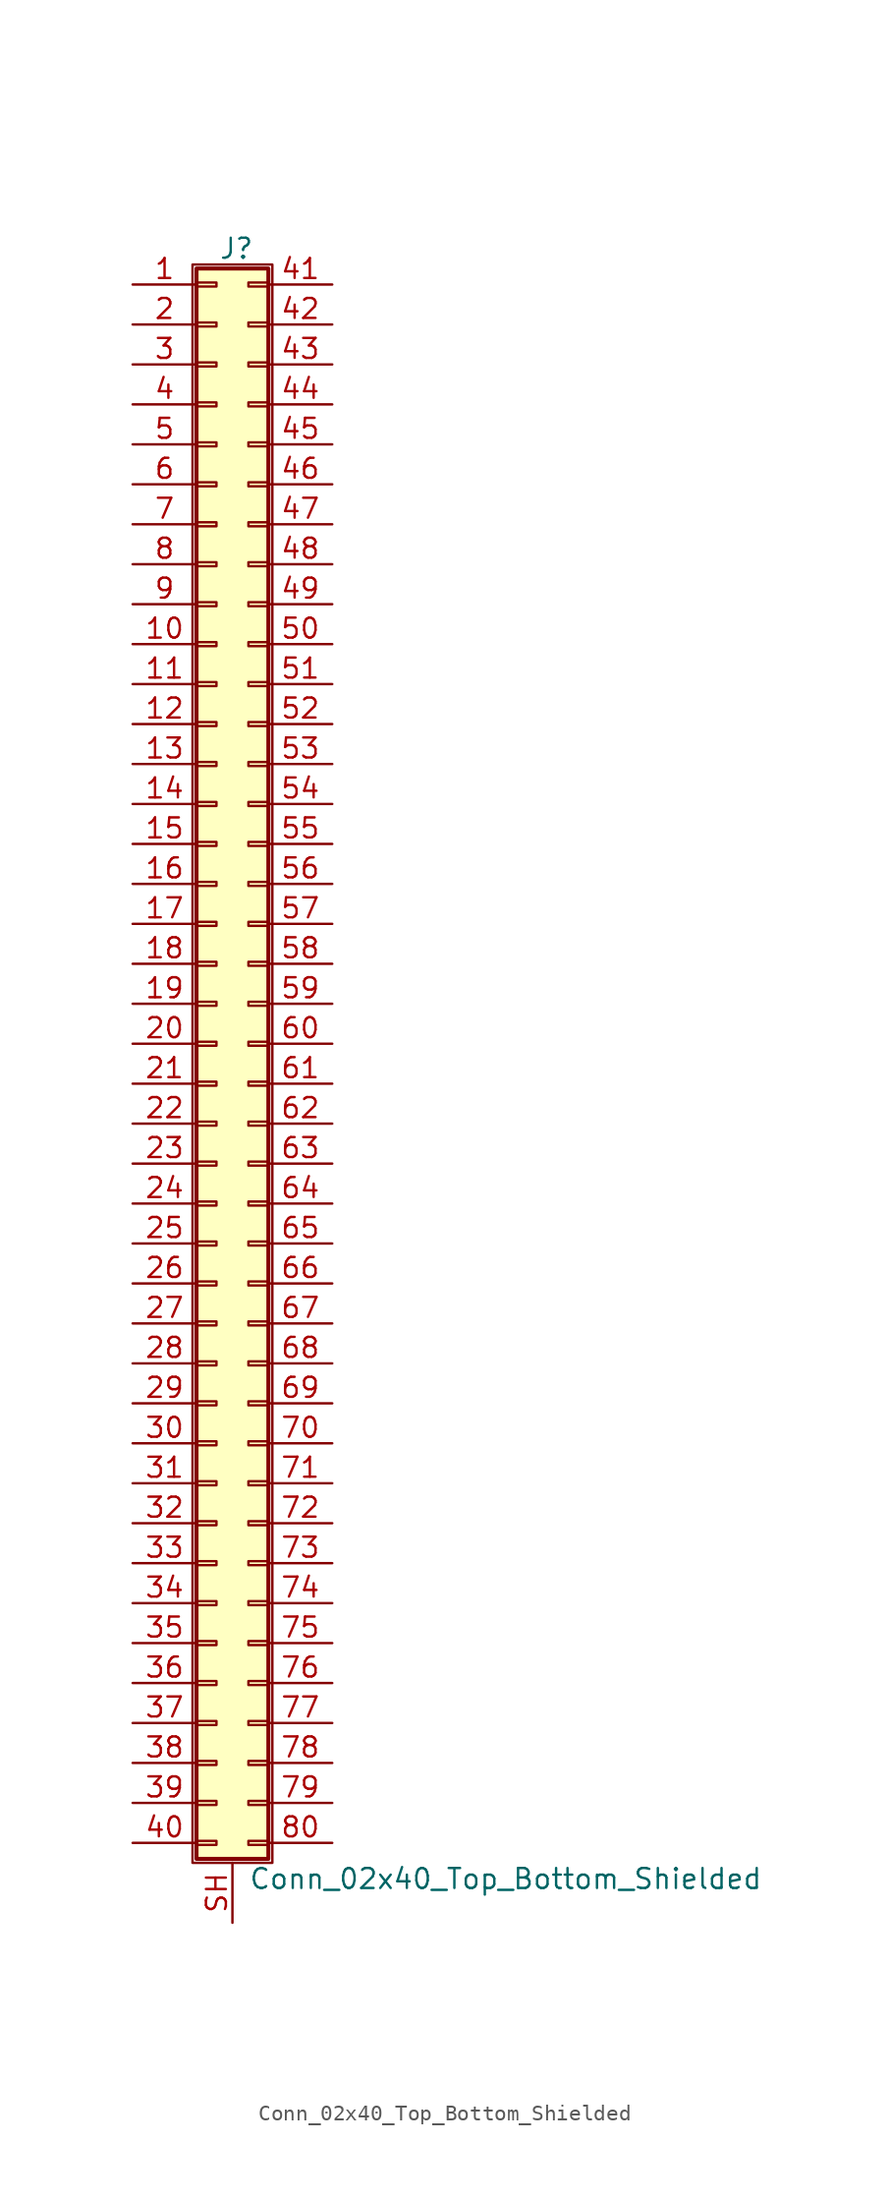
<source format=kicad_sym>
(kicad_symbol_lib
  (version 20201005)
  (generator kicad_symbol_editor)
  (symbol "Conn_02x40_Top_Bottom_Shielded"
    (pin_names
      (offset 1.016) hide)
    (property "Reference" "J"
      (at 1.524 50.546 0)
      (effects (font (size 1.27 1.27))))
    (property "Value" "Conn_02x40_Top_Bottom_Shielded"
      (at 2.286 -53.086 0)
      (effects (font (size 1.27 1.27)) (justify left)))
    (symbol "Conn_02x40_Top_Bottom_Shielded_1_1"
      (rectangle (start -1.27 49.53) (end 3.81 -52.07) (stroke (width 0.152)) (fill (type none)))
      (rectangle (start -1.016 -50.673) (end 0.254 -50.927) (stroke (width 0.152)) (fill (type none)))
      (rectangle (start -1.016 -48.133) (end 0.254 -48.387) (stroke (width 0.152)) (fill (type none)))
      (rectangle (start -1.016 -45.593) (end 0.254 -45.847) (stroke (width 0.152)) (fill (type none)))
      (rectangle (start -1.016 -43.053) (end 0.254 -43.307) (stroke (width 0.152)) (fill (type none)))
      (rectangle (start -1.016 -40.513) (end 0.254 -40.767) (stroke (width 0.152)) (fill (type none)))
      (rectangle (start -1.016 -37.973) (end 0.254 -38.227) (stroke (width 0.152)) (fill (type none)))
      (rectangle (start -1.016 -35.433) (end 0.254 -35.687) (stroke (width 0.152)) (fill (type none)))
      (rectangle (start -1.016 -32.893) (end 0.254 -33.147) (stroke (width 0.152)) (fill (type none)))
      (rectangle (start -1.016 -30.353) (end 0.254 -30.607) (stroke (width 0.152)) (fill (type none)))
      (rectangle (start -1.016 -27.813) (end 0.254 -28.067) (stroke (width 0.152)) (fill (type none)))
      (rectangle (start -1.016 -25.273) (end 0.254 -25.527) (stroke (width 0.152)) (fill (type none)))
      (rectangle (start -1.016 -22.733) (end 0.254 -22.987) (stroke (width 0.152)) (fill (type none)))
      (rectangle (start -1.016 -20.193) (end 0.254 -20.447) (stroke (width 0.152)) (fill (type none)))
      (rectangle (start -1.016 -17.653) (end 0.254 -17.907) (stroke (width 0.152)) (fill (type none)))
      (rectangle (start -1.016 -15.113) (end 0.254 -15.367) (stroke (width 0.152)) (fill (type none)))
      (rectangle (start -1.016 -12.573) (end 0.254 -12.827) (stroke (width 0.152)) (fill (type none)))
      (rectangle (start -1.016 -10.033) (end 0.254 -10.287) (stroke (width 0.152)) (fill (type none)))
      (rectangle (start -1.016 -7.493) (end 0.254 -7.747) (stroke (width 0.152)) (fill (type none)))
      (rectangle (start -1.016 -4.953) (end 0.254 -5.207) (stroke (width 0.152)) (fill (type none)))
      (rectangle (start -1.016 -2.413) (end 0.254 -2.667) (stroke (width 0.152)) (fill (type none)))
      (rectangle (start -1.016 0.127) (end 0.254 -0.127) (stroke (width 0.152)) (fill (type none)))
      (rectangle (start -1.016 2.667) (end 0.254 2.413) (stroke (width 0.152)) (fill (type none)))
      (rectangle (start -1.016 5.207) (end 0.254 4.953) (stroke (width 0.152)) (fill (type none)))
      (rectangle (start -1.016 7.747) (end 0.254 7.493) (stroke (width 0.152)) (fill (type none)))
      (rectangle (start -1.016 10.287) (end 0.254 10.033) (stroke (width 0.152)) (fill (type none)))
      (rectangle (start -1.016 12.827) (end 0.254 12.573) (stroke (width 0.152)) (fill (type none)))
      (rectangle (start -1.016 15.367) (end 0.254 15.113) (stroke (width 0.152)) (fill (type none)))
      (rectangle (start -1.016 17.907) (end 0.254 17.653) (stroke (width 0.152)) (fill (type none)))
      (rectangle (start -1.016 20.447) (end 0.254 20.193) (stroke (width 0.152)) (fill (type none)))
      (rectangle (start -1.016 22.987) (end 0.254 22.733) (stroke (width 0.152)) (fill (type none)))
      (rectangle (start -1.016 25.527) (end 0.254 25.273) (stroke (width 0.152)) (fill (type none)))
      (rectangle (start -1.016 28.067) (end 0.254 27.813) (stroke (width 0.152)) (fill (type none)))
      (rectangle (start -1.016 30.607) (end 0.254 30.353) (stroke (width 0.152)) (fill (type none)))
      (rectangle (start -1.016 33.147) (end 0.254 32.893) (stroke (width 0.152)) (fill (type none)))
      (rectangle (start -1.016 35.687) (end 0.254 35.433) (stroke (width 0.152)) (fill (type none)))
      (rectangle (start -1.016 38.227) (end 0.254 37.973) (stroke (width 0.152)) (fill (type none)))
      (rectangle (start -1.016 40.767) (end 0.254 40.513) (stroke (width 0.152)) (fill (type none)))
      (rectangle (start -1.016 43.307) (end 0.254 43.053) (stroke (width 0.152)) (fill (type none)))
      (rectangle (start -1.016 45.847) (end 0.254 45.593) (stroke (width 0.152)) (fill (type none)))
      (rectangle (start -1.016 48.387) (end 0.254 48.133) (stroke (width 0.152)) (fill (type none)))
      (rectangle (start -1.016 49.276) (end 3.556 -51.816) (stroke (width 0.254)) (fill (type background)))
      (rectangle (start 3.556 -50.673) (end 2.286 -50.927) (stroke (width 0.152)) (fill (type none)))
      (rectangle (start 3.556 -48.133) (end 2.286 -48.387) (stroke (width 0.152)) (fill (type none)))
      (rectangle (start 3.556 -45.593) (end 2.286 -45.847) (stroke (width 0.152)) (fill (type none)))
      (rectangle (start 3.556 -43.053) (end 2.286 -43.307) (stroke (width 0.152)) (fill (type none)))
      (rectangle (start 3.556 -40.513) (end 2.286 -40.767) (stroke (width 0.152)) (fill (type none)))
      (rectangle (start 3.556 -37.973) (end 2.286 -38.227) (stroke (width 0.152)) (fill (type none)))
      (rectangle (start 3.556 -35.433) (end 2.286 -35.687) (stroke (width 0.152)) (fill (type none)))
      (rectangle (start 3.556 -32.893) (end 2.286 -33.147) (stroke (width 0.152)) (fill (type none)))
      (rectangle (start 3.556 -30.353) (end 2.286 -30.607) (stroke (width 0.152)) (fill (type none)))
      (rectangle (start 3.556 -27.813) (end 2.286 -28.067) (stroke (width 0.152)) (fill (type none)))
      (rectangle (start 3.556 -25.273) (end 2.286 -25.527) (stroke (width 0.152)) (fill (type none)))
      (rectangle (start 3.556 -22.733) (end 2.286 -22.987) (stroke (width 0.152)) (fill (type none)))
      (rectangle (start 3.556 -20.193) (end 2.286 -20.447) (stroke (width 0.152)) (fill (type none)))
      (rectangle (start 3.556 -17.653) (end 2.286 -17.907) (stroke (width 0.152)) (fill (type none)))
      (rectangle (start 3.556 -15.113) (end 2.286 -15.367) (stroke (width 0.152)) (fill (type none)))
      (rectangle (start 3.556 -12.573) (end 2.286 -12.827) (stroke (width 0.152)) (fill (type none)))
      (rectangle (start 3.556 -10.033) (end 2.286 -10.287) (stroke (width 0.152)) (fill (type none)))
      (rectangle (start 3.556 -7.493) (end 2.286 -7.747) (stroke (width 0.152)) (fill (type none)))
      (rectangle (start 3.556 -4.953) (end 2.286 -5.207) (stroke (width 0.152)) (fill (type none)))
      (rectangle (start 3.556 -2.413) (end 2.286 -2.667) (stroke (width 0.152)) (fill (type none)))
      (rectangle (start 3.556 0.127) (end 2.286 -0.127) (stroke (width 0.152)) (fill (type none)))
      (rectangle (start 3.556 2.667) (end 2.286 2.413) (stroke (width 0.152)) (fill (type none)))
      (rectangle (start 3.556 5.207) (end 2.286 4.953) (stroke (width 0.152)) (fill (type none)))
      (rectangle (start 3.556 7.747) (end 2.286 7.493) (stroke (width 0.152)) (fill (type none)))
      (rectangle (start 3.556 10.287) (end 2.286 10.033) (stroke (width 0.152)) (fill (type none)))
      (rectangle (start 3.556 12.827) (end 2.286 12.573) (stroke (width 0.152)) (fill (type none)))
      (rectangle (start 3.556 15.367) (end 2.286 15.113) (stroke (width 0.152)) (fill (type none)))
      (rectangle (start 3.556 17.907) (end 2.286 17.653) (stroke (width 0.152)) (fill (type none)))
      (rectangle (start 3.556 20.447) (end 2.286 20.193) (stroke (width 0.152)) (fill (type none)))
      (rectangle (start 3.556 22.987) (end 2.286 22.733) (stroke (width 0.152)) (fill (type none)))
      (rectangle (start 3.556 25.527) (end 2.286 25.273) (stroke (width 0.152)) (fill (type none)))
      (rectangle (start 3.556 28.067) (end 2.286 27.813) (stroke (width 0.152)) (fill (type none)))
      (rectangle (start 3.556 30.607) (end 2.286 30.353) (stroke (width 0.152)) (fill (type none)))
      (rectangle (start 3.556 33.147) (end 2.286 32.893) (stroke (width 0.152)) (fill (type none)))
      (rectangle (start 3.556 35.687) (end 2.286 35.433) (stroke (width 0.152)) (fill (type none)))
      (rectangle (start 3.556 38.227) (end 2.286 37.973) (stroke (width 0.152)) (fill (type none)))
      (rectangle (start 3.556 40.767) (end 2.286 40.513) (stroke (width 0.152)) (fill (type none)))
      (rectangle (start 3.556 43.307) (end 2.286 43.053) (stroke (width 0.152)) (fill (type none)))
      (rectangle (start 3.556 45.847) (end 2.286 45.593) (stroke (width 0.152)) (fill (type none)))
      (rectangle (start 3.556 48.387) (end 2.286 48.133) (stroke (width 0.152)) (fill (type none)))
      (pin passive line (at -5.08 48.26 0) (length 4.064) (name "Pin_1" (effects (font (size 1.27 1.27)))) (number "1" (effects (font (size 1.27 1.27)))))
      (pin passive line (at -5.08 25.4 0) (length 4.064) (name "Pin_10" (effects (font (size 1.27 1.27)))) (number "10" (effects (font (size 1.27 1.27)))))
      (pin passive line (at -5.08 22.86 0) (length 4.064) (name "Pin_11" (effects (font (size 1.27 1.27)))) (number "11" (effects (font (size 1.27 1.27)))))
      (pin passive line (at -5.08 20.32 0) (length 4.064) (name "Pin_12" (effects (font (size 1.27 1.27)))) (number "12" (effects (font (size 1.27 1.27)))))
      (pin passive line (at -5.08 17.78 0) (length 4.064) (name "Pin_13" (effects (font (size 1.27 1.27)))) (number "13" (effects (font (size 1.27 1.27)))))
      (pin passive line (at -5.08 15.24 0) (length 4.064) (name "Pin_14" (effects (font (size 1.27 1.27)))) (number "14" (effects (font (size 1.27 1.27)))))
      (pin passive line (at -5.08 12.7 0) (length 4.064) (name "Pin_15" (effects (font (size 1.27 1.27)))) (number "15" (effects (font (size 1.27 1.27)))))
      (pin passive line (at -5.08 10.16 0) (length 4.064) (name "Pin_16" (effects (font (size 1.27 1.27)))) (number "16" (effects (font (size 1.27 1.27)))))
      (pin passive line (at -5.08 7.62 0) (length 4.064) (name "Pin_17" (effects (font (size 1.27 1.27)))) (number "17" (effects (font (size 1.27 1.27)))))
      (pin passive line (at -5.08 5.08 0) (length 4.064) (name "Pin_18" (effects (font (size 1.27 1.27)))) (number "18" (effects (font (size 1.27 1.27)))))
      (pin passive line (at -5.08 2.54 0) (length 4.064) (name "Pin_19" (effects (font (size 1.27 1.27)))) (number "19" (effects (font (size 1.27 1.27)))))
      (pin passive line (at -5.08 45.72 0) (length 4.064) (name "Pin_2" (effects (font (size 1.27 1.27)))) (number "2" (effects (font (size 1.27 1.27)))))
      (pin passive line (at -5.08 0 0) (length 4.064) (name "Pin_20" (effects (font (size 1.27 1.27)))) (number "20" (effects (font (size 1.27 1.27)))))
      (pin passive line (at -5.08 -2.54 0) (length 4.064) (name "Pin_21" (effects (font (size 1.27 1.27)))) (number "21" (effects (font (size 1.27 1.27)))))
      (pin passive line (at -5.08 -5.08 0) (length 4.064) (name "Pin_22" (effects (font (size 1.27 1.27)))) (number "22" (effects (font (size 1.27 1.27)))))
      (pin passive line (at -5.08 -7.62 0) (length 4.064) (name "Pin_23" (effects (font (size 1.27 1.27)))) (number "23" (effects (font (size 1.27 1.27)))))
      (pin passive line (at -5.08 -10.16 0) (length 4.064) (name "Pin_24" (effects (font (size 1.27 1.27)))) (number "24" (effects (font (size 1.27 1.27)))))
      (pin passive line (at -5.08 -12.7 0) (length 4.064) (name "Pin_25" (effects (font (size 1.27 1.27)))) (number "25" (effects (font (size 1.27 1.27)))))
      (pin passive line (at -5.08 -15.24 0) (length 4.064) (name "Pin_26" (effects (font (size 1.27 1.27)))) (number "26" (effects (font (size 1.27 1.27)))))
      (pin passive line (at -5.08 -17.78 0) (length 4.064) (name "Pin_27" (effects (font (size 1.27 1.27)))) (number "27" (effects (font (size 1.27 1.27)))))
      (pin passive line (at -5.08 -20.32 0) (length 4.064) (name "Pin_28" (effects (font (size 1.27 1.27)))) (number "28" (effects (font (size 1.27 1.27)))))
      (pin passive line (at -5.08 -22.86 0) (length 4.064) (name "Pin_29" (effects (font (size 1.27 1.27)))) (number "29" (effects (font (size 1.27 1.27)))))
      (pin passive line (at -5.08 43.18 0) (length 4.064) (name "Pin_3" (effects (font (size 1.27 1.27)))) (number "3" (effects (font (size 1.27 1.27)))))
      (pin passive line (at -5.08 -25.4 0) (length 4.064) (name "Pin_30" (effects (font (size 1.27 1.27)))) (number "30" (effects (font (size 1.27 1.27)))))
      (pin passive line (at -5.08 -27.94 0) (length 4.064) (name "Pin_31" (effects (font (size 1.27 1.27)))) (number "31" (effects (font (size 1.27 1.27)))))
      (pin passive line (at -5.08 -30.48 0) (length 4.064) (name "Pin_32" (effects (font (size 1.27 1.27)))) (number "32" (effects (font (size 1.27 1.27)))))
      (pin passive line (at -5.08 -33.02 0) (length 4.064) (name "Pin_33" (effects (font (size 1.27 1.27)))) (number "33" (effects (font (size 1.27 1.27)))))
      (pin passive line (at -5.08 -35.56 0) (length 4.064) (name "Pin_34" (effects (font (size 1.27 1.27)))) (number "34" (effects (font (size 1.27 1.27)))))
      (pin passive line (at -5.08 -38.1 0) (length 4.064) (name "Pin_35" (effects (font (size 1.27 1.27)))) (number "35" (effects (font (size 1.27 1.27)))))
      (pin passive line (at -5.08 -40.64 0) (length 4.064) (name "Pin_36" (effects (font (size 1.27 1.27)))) (number "36" (effects (font (size 1.27 1.27)))))
      (pin passive line (at -5.08 -43.18 0) (length 4.064) (name "Pin_37" (effects (font (size 1.27 1.27)))) (number "37" (effects (font (size 1.27 1.27)))))
      (pin passive line (at -5.08 -45.72 0) (length 4.064) (name "Pin_38" (effects (font (size 1.27 1.27)))) (number "38" (effects (font (size 1.27 1.27)))))
      (pin passive line (at -5.08 -48.26 0) (length 4.064) (name "Pin_39" (effects (font (size 1.27 1.27)))) (number "39" (effects (font (size 1.27 1.27)))))
      (pin passive line (at -5.08 40.64 0) (length 4.064) (name "Pin_4" (effects (font (size 1.27 1.27)))) (number "4" (effects (font (size 1.27 1.27)))))
      (pin passive line (at -5.08 -50.8 0) (length 4.064) (name "Pin_40" (effects (font (size 1.27 1.27)))) (number "40" (effects (font (size 1.27 1.27)))))
      (pin passive line (at 7.62 48.26 180) (length 4.064) (name "Pin_41" (effects (font (size 1.27 1.27)))) (number "41" (effects (font (size 1.27 1.27)))))
      (pin passive line (at 7.62 45.72 180) (length 4.064) (name "Pin_42" (effects (font (size 1.27 1.27)))) (number "42" (effects (font (size 1.27 1.27)))))
      (pin passive line (at 7.62 43.18 180) (length 4.064) (name "Pin_43" (effects (font (size 1.27 1.27)))) (number "43" (effects (font (size 1.27 1.27)))))
      (pin passive line (at 7.62 40.64 180) (length 4.064) (name "Pin_44" (effects (font (size 1.27 1.27)))) (number "44" (effects (font (size 1.27 1.27)))))
      (pin passive line (at 7.62 38.1 180) (length 4.064) (name "Pin_45" (effects (font (size 1.27 1.27)))) (number "45" (effects (font (size 1.27 1.27)))))
      (pin passive line (at 7.62 35.56 180) (length 4.064) (name "Pin_46" (effects (font (size 1.27 1.27)))) (number "46" (effects (font (size 1.27 1.27)))))
      (pin passive line (at 7.62 33.02 180) (length 4.064) (name "Pin_47" (effects (font (size 1.27 1.27)))) (number "47" (effects (font (size 1.27 1.27)))))
      (pin passive line (at 7.62 30.48 180) (length 4.064) (name "Pin_48" (effects (font (size 1.27 1.27)))) (number "48" (effects (font (size 1.27 1.27)))))
      (pin passive line (at 7.62 27.94 180) (length 4.064) (name "Pin_49" (effects (font (size 1.27 1.27)))) (number "49" (effects (font (size 1.27 1.27)))))
      (pin passive line (at -5.08 38.1 0) (length 4.064) (name "Pin_5" (effects (font (size 1.27 1.27)))) (number "5" (effects (font (size 1.27 1.27)))))
      (pin passive line (at 7.62 25.4 180) (length 4.064) (name "Pin_50" (effects (font (size 1.27 1.27)))) (number "50" (effects (font (size 1.27 1.27)))))
      (pin passive line (at 7.62 22.86 180) (length 4.064) (name "Pin_51" (effects (font (size 1.27 1.27)))) (number "51" (effects (font (size 1.27 1.27)))))
      (pin passive line (at 7.62 20.32 180) (length 4.064) (name "Pin_52" (effects (font (size 1.27 1.27)))) (number "52" (effects (font (size 1.27 1.27)))))
      (pin passive line (at 7.62 17.78 180) (length 4.064) (name "Pin_53" (effects (font (size 1.27 1.27)))) (number "53" (effects (font (size 1.27 1.27)))))
      (pin passive line (at 7.62 15.24 180) (length 4.064) (name "Pin_54" (effects (font (size 1.27 1.27)))) (number "54" (effects (font (size 1.27 1.27)))))
      (pin passive line (at 7.62 12.7 180) (length 4.064) (name "Pin_55" (effects (font (size 1.27 1.27)))) (number "55" (effects (font (size 1.27 1.27)))))
      (pin passive line (at 7.62 10.16 180) (length 4.064) (name "Pin_56" (effects (font (size 1.27 1.27)))) (number "56" (effects (font (size 1.27 1.27)))))
      (pin passive line (at 7.62 7.62 180) (length 4.064) (name "Pin_57" (effects (font (size 1.27 1.27)))) (number "57" (effects (font (size 1.27 1.27)))))
      (pin passive line (at 7.62 5.08 180) (length 4.064) (name "Pin_58" (effects (font (size 1.27 1.27)))) (number "58" (effects (font (size 1.27 1.27)))))
      (pin passive line (at 7.62 2.54 180) (length 4.064) (name "Pin_59" (effects (font (size 1.27 1.27)))) (number "59" (effects (font (size 1.27 1.27)))))
      (pin passive line (at -5.08 35.56 0) (length 4.064) (name "Pin_6" (effects (font (size 1.27 1.27)))) (number "6" (effects (font (size 1.27 1.27)))))
      (pin passive line (at 7.62 0 180) (length 4.064) (name "Pin_60" (effects (font (size 1.27 1.27)))) (number "60" (effects (font (size 1.27 1.27)))))
      (pin passive line (at 7.62 -2.54 180) (length 4.064) (name "Pin_61" (effects (font (size 1.27 1.27)))) (number "61" (effects (font (size 1.27 1.27)))))
      (pin passive line (at 7.62 -5.08 180) (length 4.064) (name "Pin_62" (effects (font (size 1.27 1.27)))) (number "62" (effects (font (size 1.27 1.27)))))
      (pin passive line (at 7.62 -7.62 180) (length 4.064) (name "Pin_63" (effects (font (size 1.27 1.27)))) (number "63" (effects (font (size 1.27 1.27)))))
      (pin passive line (at 7.62 -10.16 180) (length 4.064) (name "Pin_64" (effects (font (size 1.27 1.27)))) (number "64" (effects (font (size 1.27 1.27)))))
      (pin passive line (at 7.62 -12.7 180) (length 4.064) (name "Pin_65" (effects (font (size 1.27 1.27)))) (number "65" (effects (font (size 1.27 1.27)))))
      (pin passive line (at 7.62 -15.24 180) (length 4.064) (name "Pin_66" (effects (font (size 1.27 1.27)))) (number "66" (effects (font (size 1.27 1.27)))))
      (pin passive line (at 7.62 -17.78 180) (length 4.064) (name "Pin_67" (effects (font (size 1.27 1.27)))) (number "67" (effects (font (size 1.27 1.27)))))
      (pin passive line (at 7.62 -20.32 180) (length 4.064) (name "Pin_68" (effects (font (size 1.27 1.27)))) (number "68" (effects (font (size 1.27 1.27)))))
      (pin passive line (at 7.62 -22.86 180) (length 4.064) (name "Pin_69" (effects (font (size 1.27 1.27)))) (number "69" (effects (font (size 1.27 1.27)))))
      (pin passive line (at -5.08 33.02 0) (length 4.064) (name "Pin_7" (effects (font (size 1.27 1.27)))) (number "7" (effects (font (size 1.27 1.27)))))
      (pin passive line (at 7.62 -25.4 180) (length 4.064) (name "Pin_70" (effects (font (size 1.27 1.27)))) (number "70" (effects (font (size 1.27 1.27)))))
      (pin passive line (at 7.62 -27.94 180) (length 4.064) (name "Pin_71" (effects (font (size 1.27 1.27)))) (number "71" (effects (font (size 1.27 1.27)))))
      (pin passive line (at 7.62 -30.48 180) (length 4.064) (name "Pin_72" (effects (font (size 1.27 1.27)))) (number "72" (effects (font (size 1.27 1.27)))))
      (pin passive line (at 7.62 -33.02 180) (length 4.064) (name "Pin_73" (effects (font (size 1.27 1.27)))) (number "73" (effects (font (size 1.27 1.27)))))
      (pin passive line (at 7.62 -35.56 180) (length 4.064) (name "Pin_74" (effects (font (size 1.27 1.27)))) (number "74" (effects (font (size 1.27 1.27)))))
      (pin passive line (at 7.62 -38.1 180) (length 4.064) (name "Pin_75" (effects (font (size 1.27 1.27)))) (number "75" (effects (font (size 1.27 1.27)))))
      (pin passive line (at 7.62 -40.64 180) (length 4.064) (name "Pin_76" (effects (font (size 1.27 1.27)))) (number "76" (effects (font (size 1.27 1.27)))))
      (pin passive line (at 7.62 -43.18 180) (length 4.064) (name "Pin_77" (effects (font (size 1.27 1.27)))) (number "77" (effects (font (size 1.27 1.27)))))
      (pin passive line (at 7.62 -45.72 180) (length 4.064) (name "Pin_78" (effects (font (size 1.27 1.27)))) (number "78" (effects (font (size 1.27 1.27)))))
      (pin passive line (at 7.62 -48.26 180) (length 4.064) (name "Pin_79" (effects (font (size 1.27 1.27)))) (number "79" (effects (font (size 1.27 1.27)))))
      (pin passive line (at -5.08 30.48 0) (length 4.064) (name "Pin_8" (effects (font (size 1.27 1.27)))) (number "8" (effects (font (size 1.27 1.27)))))
      (pin passive line (at 7.62 -50.8 180) (length 4.064) (name "Pin_80" (effects (font (size 1.27 1.27)))) (number "80" (effects (font (size 1.27 1.27)))))
      (pin passive line (at -5.08 27.94 0) (length 4.064) (name "Pin_9" (effects (font (size 1.27 1.27)))) (number "9" (effects (font (size 1.27 1.27)))))
      (pin passive line (at 1.27 -55.88 90) (length 3.81) (name "Shield" (effects (font (size 1.27 1.27)))) (number "SH" (effects (font (size 1.27 1.27))))))))
</source>
